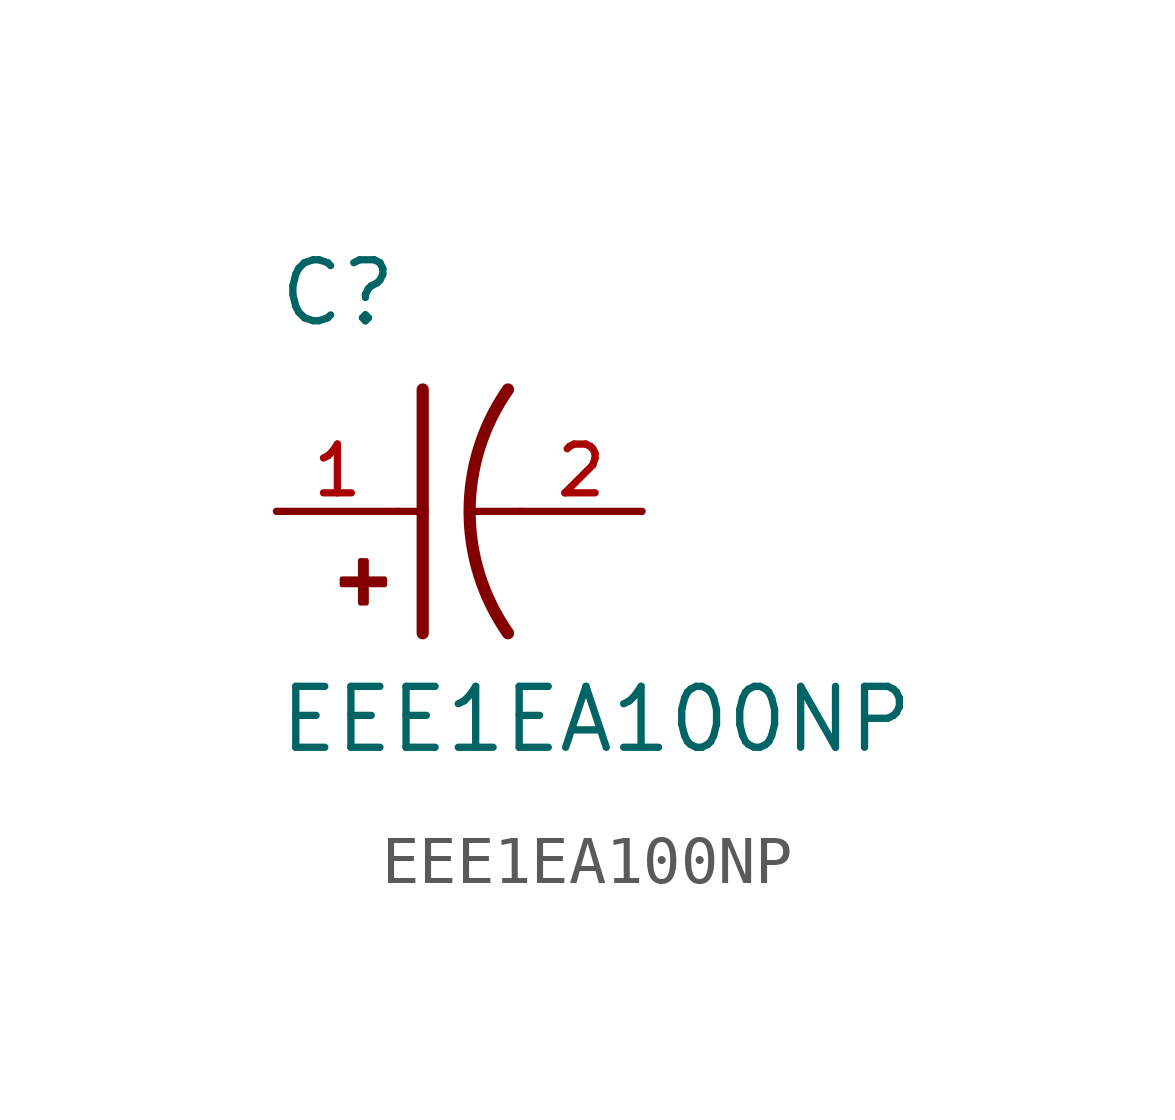
<source format=kicad_sym>
(kicad_symbol_lib
  (version 20211014)
  (generator kicad_symbol_editor)
  (symbol "EEE1EA100NP"
    (pin_names
      (offset 1.016))
    (property "Reference" "C"
      (at -2.54 3.81 0)
      (effects (font (size 1.27 1.27)) (justify bottom left)))
    (property "Value" "EEE1EA100NP"
      (at -2.54 -5.08 0)
      (effects (font (size 1.27 1.27)) (justify bottom left)))
    (symbol "EEE1EA100NP_0_0"
      (arc (start 2.286 -2.54) (mid 1.4851 -0.0) (end 2.286 2.54) (stroke (width 0.254) (type default) (color 0 0 0 0)) (fill (type none)))
      (polyline (pts (xy 0.508 2.54) (xy 0.508 0.0)) (stroke (width 0.254)))
      (rectangle (start -1.173 -1.532) (end -0.284 -1.405) (stroke (width 0.1)) (fill (type outline)))
      (rectangle (start -0.792 -1.913) (end -0.665 -1.024) (stroke (width 0.1)) (fill (type outline)))
      (polyline (pts (xy 0.508 0.0) (xy 0.508 -2.54)) (stroke (width 0.254)))
      (polyline (pts (xy 0.0 0.0) (xy 0.508 0.0)) (stroke (width 0.152)))
      (polyline (pts (xy 2.54 0.0) (xy 1.524 0.0)) (stroke (width 0.152)))
      (pin passive line (at -2.54 0.0 0) (length 2.54) (name "~" (effects (font (size 1.016 1.016)))) (number "1" (effects (font (size 1.016 1.016)))))
      (pin passive line (at 5.08 0.0 180.0) (length 2.54) (name "~" (effects (font (size 1.016 1.016)))) (number "2" (effects (font (size 1.016 1.016))))))))
</source>
